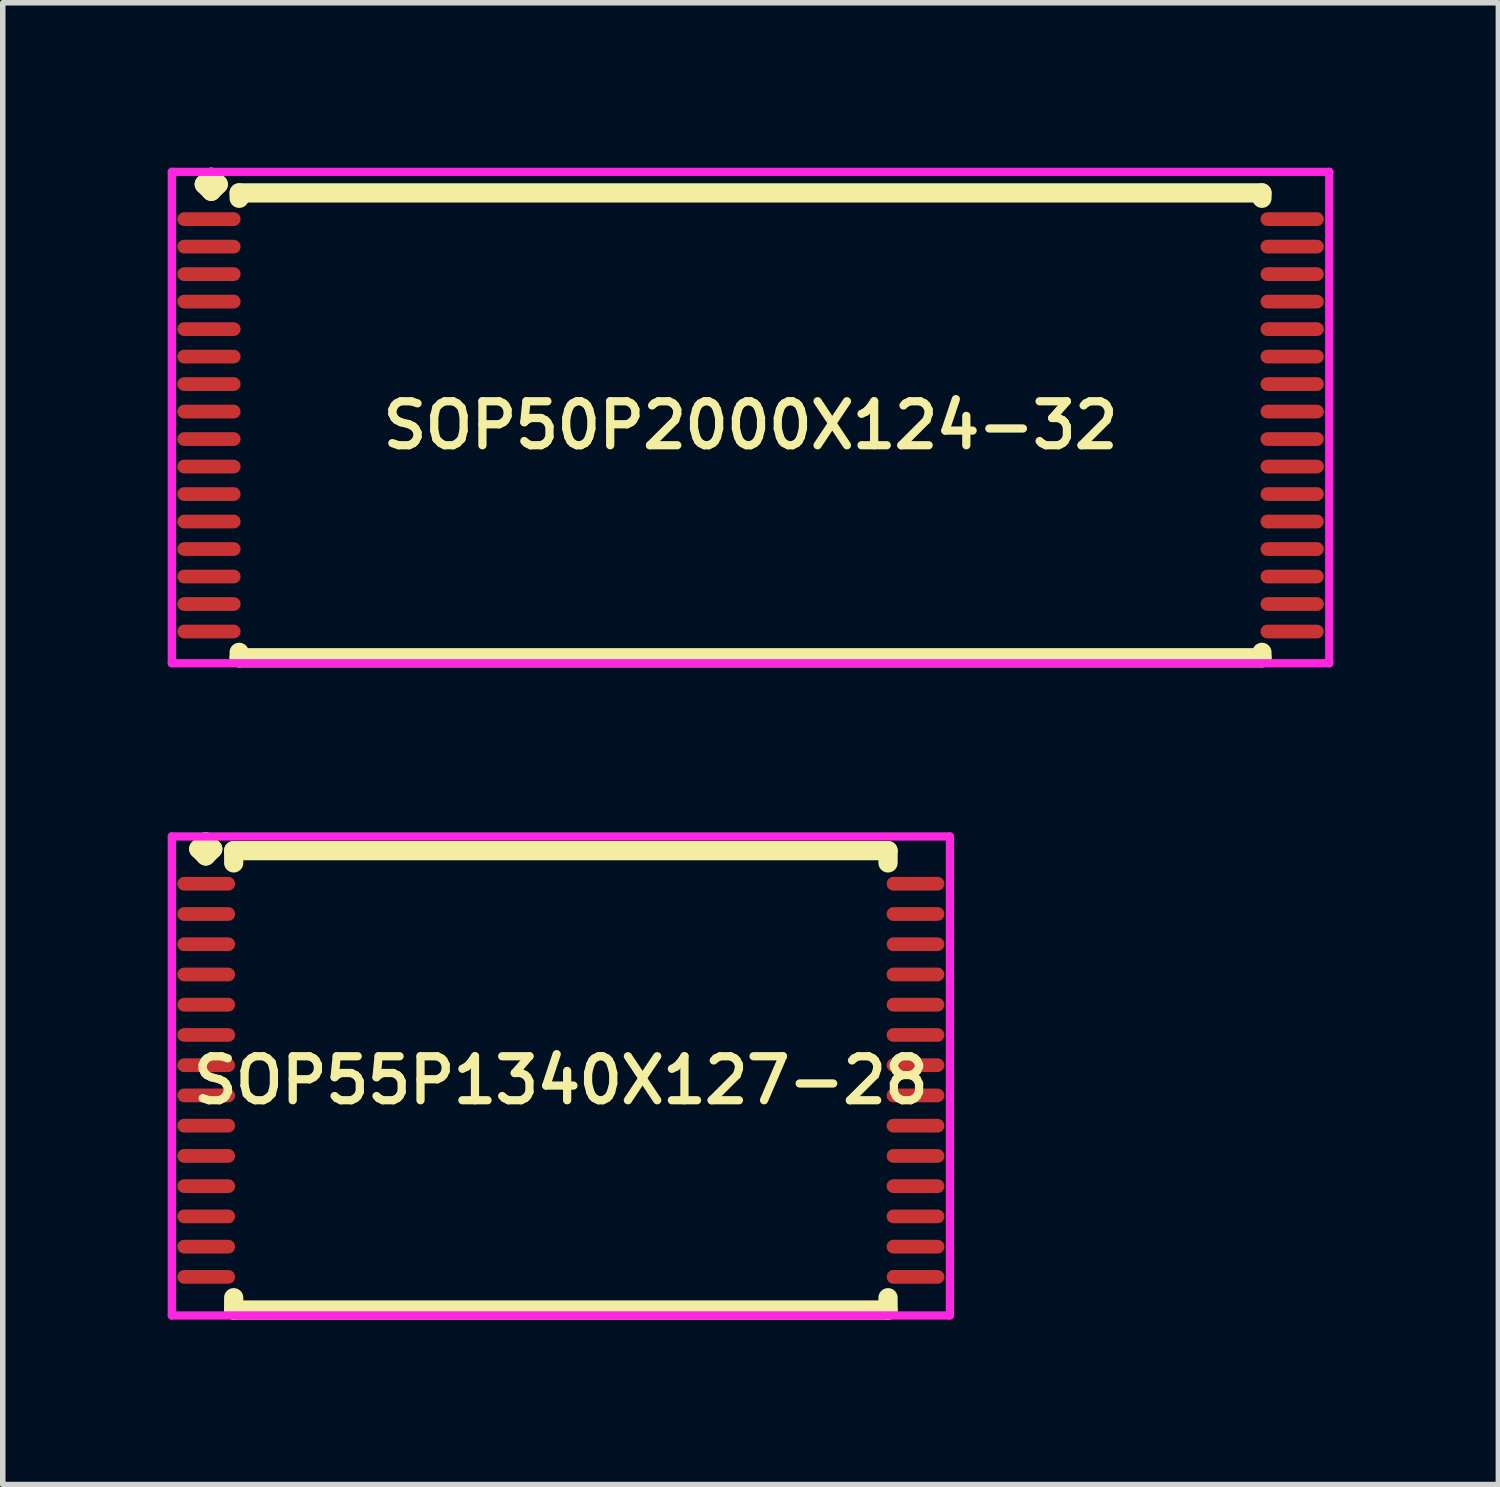
<source format=kicad_pcb>
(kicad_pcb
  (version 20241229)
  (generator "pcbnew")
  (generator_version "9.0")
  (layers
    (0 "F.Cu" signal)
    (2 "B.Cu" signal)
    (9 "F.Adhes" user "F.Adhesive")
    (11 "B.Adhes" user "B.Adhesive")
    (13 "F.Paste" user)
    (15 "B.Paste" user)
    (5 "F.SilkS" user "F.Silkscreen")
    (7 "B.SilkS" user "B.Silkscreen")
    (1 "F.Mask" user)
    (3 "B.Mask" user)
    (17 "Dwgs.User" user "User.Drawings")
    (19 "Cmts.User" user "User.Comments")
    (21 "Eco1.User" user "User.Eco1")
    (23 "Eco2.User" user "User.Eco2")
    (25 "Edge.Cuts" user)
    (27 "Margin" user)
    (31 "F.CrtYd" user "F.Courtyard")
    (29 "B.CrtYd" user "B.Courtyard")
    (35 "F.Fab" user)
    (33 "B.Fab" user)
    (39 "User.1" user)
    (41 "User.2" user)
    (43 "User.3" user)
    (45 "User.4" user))
  (footprint "SOP50P2000X124-32"
    (layer "F.Cu")
    (at 10.6 4.685)
    (property "Reference" "SOP50P2000X124-32" (at 0 0 0) (layer "F.SilkS") (effects (font (size 0.8 0.8) (thickness 0.15))))
    (attr smd)
    (fp_line (start -9.935 -4.383) (end -9.808 -4.51) (stroke (width 0.35) (type solid)) (layer "F.SilkS"))
    (fp_line (start -9.808 -4.51) (end -9.681 -4.383) (stroke (width 0.35) (type solid)) (layer "F.SilkS"))
    (fp_line (start -9.808 -4.256) (end -9.935 -4.383) (stroke (width 0.35) (type solid)) (layer "F.SilkS"))
    (fp_line (start -9.681 -4.383) (end -9.808 -4.256) (stroke (width 0.35) (type solid)) (layer "F.SilkS"))
    (fp_line (start -9.3 -4.227) (end 9.3 -4.227) (stroke (width 0.35) (type solid)) (layer "F.SilkS"))
    (fp_line (start -9.3 -4.129) (end -9.3 -4.227) (stroke (width 0.35) (type solid)) (layer "F.SilkS"))
    (fp_line (start -9.3 4.129) (end -9.3 4.227) (stroke (width 0.35) (type solid)) (layer "F.SilkS"))
    (fp_line (start -9.3 4.227) (end 9.3 4.227) (stroke (width 0.35) (type solid)) (layer "F.SilkS"))
    (fp_line (start 9.3 -4.227) (end 9.3 -4.129) (stroke (width 0.35) (type solid)) (layer "F.SilkS"))
    (fp_line (start 9.3 4.227) (end 9.3 4.129) (stroke (width 0.35) (type solid)) (layer "F.SilkS"))
    (fp_line (start -10.525 -4.61) (end 10.525 -4.61) (stroke (width 0.15) (type solid)) (layer "F.CrtYd"))
    (fp_line (start -10.525 4.327) (end -10.525 -4.61) (stroke (width 0.15) (type solid)) (layer "F.CrtYd"))
    (fp_line (start 10.525 -4.61) (end 10.525 4.327) (stroke (width 0.15) (type solid)) (layer "F.CrtYd"))
    (fp_line (start 10.525 4.327) (end -10.525 4.327) (stroke (width 0.15) (type solid)) (layer "F.CrtYd"))
    (pad "1" smd oval (at -9.85 -3.75) (size 1.15 0.25) (layers "F.Cu" "F.Mask" "F.Paste"))
    (pad "2" smd oval (at -9.85 -3.25) (size 1.15 0.25) (layers "F.Cu" "F.Mask" "F.Paste"))
    (pad "3" smd oval (at -9.85 -2.75) (size 1.15 0.25) (layers "F.Cu" "F.Mask" "F.Paste"))
    (pad "4" smd oval (at -9.85 -2.25) (size 1.15 0.25) (layers "F.Cu" "F.Mask" "F.Paste"))
    (pad "5" smd oval (at -9.85 -1.75) (size 1.15 0.25) (layers "F.Cu" "F.Mask" "F.Paste"))
    (pad "6" smd oval (at -9.85 -1.25) (size 1.15 0.25) (layers "F.Cu" "F.Mask" "F.Paste"))
    (pad "7" smd oval (at -9.85 -0.75) (size 1.15 0.25) (layers "F.Cu" "F.Mask" "F.Paste"))
    (pad "8" smd oval (at -9.85 -0.25) (size 1.15 0.25) (layers "F.Cu" "F.Mask" "F.Paste"))
    (pad "9" smd oval (at -9.85 0.25) (size 1.15 0.25) (layers "F.Cu" "F.Mask" "F.Paste"))
    (pad "10" smd oval (at -9.85 0.75) (size 1.15 0.25) (layers "F.Cu" "F.Mask" "F.Paste"))
    (pad "11" smd oval (at -9.85 1.25) (size 1.15 0.25) (layers "F.Cu" "F.Mask" "F.Paste"))
    (pad "12" smd oval (at -9.85 1.75) (size 1.15 0.25) (layers "F.Cu" "F.Mask" "F.Paste"))
    (pad "13" smd oval (at -9.85 2.25) (size 1.15 0.25) (layers "F.Cu" "F.Mask" "F.Paste"))
    (pad "14" smd oval (at -9.85 2.75) (size 1.15 0.25) (layers "F.Cu" "F.Mask" "F.Paste"))
    (pad "15" smd oval (at -9.85 3.25) (size 1.15 0.25) (layers "F.Cu" "F.Mask" "F.Paste"))
    (pad "16" smd oval (at -9.85 3.75) (size 1.15 0.25) (layers "F.Cu" "F.Mask" "F.Paste"))
    (pad "17" smd oval (at 9.85 3.75) (size 1.15 0.25) (layers "F.Cu" "F.Mask" "F.Paste"))
    (pad "18" smd oval (at 9.85 3.25) (size 1.15 0.25) (layers "F.Cu" "F.Mask" "F.Paste"))
    (pad "19" smd oval (at 9.85 2.75) (size 1.15 0.25) (layers "F.Cu" "F.Mask" "F.Paste"))
    (pad "20" smd oval (at 9.85 2.25) (size 1.15 0.25) (layers "F.Cu" "F.Mask" "F.Paste"))
    (pad "21" smd oval (at 9.85 1.75) (size 1.15 0.25) (layers "F.Cu" "F.Mask" "F.Paste"))
    (pad "22" smd oval (at 9.85 1.25) (size 1.15 0.25) (layers "F.Cu" "F.Mask" "F.Paste"))
    (pad "23" smd oval (at 9.85 0.75) (size 1.15 0.25) (layers "F.Cu" "F.Mask" "F.Paste"))
    (pad "24" smd oval (at 9.85 0.25) (size 1.15 0.25) (layers "F.Cu" "F.Mask" "F.Paste"))
    (pad "25" smd oval (at 9.85 -0.25) (size 1.15 0.25) (layers "F.Cu" "F.Mask" "F.Paste"))
    (pad "26" smd oval (at 9.85 -0.75) (size 1.15 0.25) (layers "F.Cu" "F.Mask" "F.Paste"))
    (pad "27" smd oval (at 9.85 -1.25) (size 1.15 0.25) (layers "F.Cu" "F.Mask" "F.Paste"))
    (pad "28" smd oval (at 9.85 -1.75) (size 1.15 0.25) (layers "F.Cu" "F.Mask" "F.Paste"))
    (pad "29" smd oval (at 9.85 -2.25) (size 1.15 0.25) (layers "F.Cu" "F.Mask" "F.Paste"))
    (pad "30" smd oval (at 9.85 -2.75) (size 1.15 0.25) (layers "F.Cu" "F.Mask" "F.Paste"))
    (pad "31" smd oval (at 9.85 -3.25) (size 1.15 0.25) (layers "F.Cu" "F.Mask" "F.Paste"))
    (pad "32" smd oval (at 9.85 -3.75) (size 1.15 0.25) (layers "F.Cu" "F.Mask" "F.Paste")))
  (footprint "SOP55P1340X127-28"
    (layer "F.Cu")
    (at 7.15 16.597)
    (property "Reference" "SOP55P1340X127-28" (at 0 0 0) (layer "F.SilkS") (effects (font (size 0.8 0.8) (thickness 0.15))))
    (attr smd)
    (fp_line (start -6.585 -4.208) (end -6.458 -4.335) (stroke (width 0.35) (type solid)) (layer "F.SilkS"))
    (fp_line (start -6.458 -4.335) (end -6.331 -4.208) (stroke (width 0.35) (type solid)) (layer "F.SilkS"))
    (fp_line (start -6.458 -4.081) (end -6.585 -4.208) (stroke (width 0.35) (type solid)) (layer "F.SilkS"))
    (fp_line (start -6.331 -4.208) (end -6.458 -4.081) (stroke (width 0.35) (type solid)) (layer "F.SilkS"))
    (fp_line (start -5.95 -4.177) (end 5.95 -4.177) (stroke (width 0.35) (type solid)) (layer "F.SilkS"))
    (fp_line (start -5.95 -3.954) (end -5.95 -4.177) (stroke (width 0.35) (type solid)) (layer "F.SilkS"))
    (fp_line (start -5.95 3.954) (end -5.95 4.177) (stroke (width 0.35) (type solid)) (layer "F.SilkS"))
    (fp_line (start -5.95 4.177) (end 5.95 4.177) (stroke (width 0.35) (type solid)) (layer "F.SilkS"))
    (fp_line (start 5.95 -4.177) (end 5.95 -3.954) (stroke (width 0.35) (type solid)) (layer "F.SilkS"))
    (fp_line (start 5.95 4.177) (end 5.95 3.954) (stroke (width 0.35) (type solid)) (layer "F.SilkS"))
    (fp_line (start -7.075 -4.435) (end 7.075 -4.435) (stroke (width 0.15) (type solid)) (layer "F.CrtYd"))
    (fp_line (start -7.075 4.277) (end -7.075 -4.435) (stroke (width 0.15) (type solid)) (layer "F.CrtYd"))
    (fp_line (start 7.075 -4.435) (end 7.075 4.277) (stroke (width 0.15) (type solid)) (layer "F.CrtYd"))
    (fp_line (start 7.075 4.277) (end -7.075 4.277) (stroke (width 0.15) (type solid)) (layer "F.CrtYd"))
    (pad "1" smd oval (at -6.45 -3.575) (size 1.05 0.25) (layers "F.Cu" "F.Mask" "F.Paste"))
    (pad "2" smd oval (at -6.45 -3.025) (size 1.05 0.25) (layers "F.Cu" "F.Mask" "F.Paste"))
    (pad "3" smd oval (at -6.45 -2.475) (size 1.05 0.25) (layers "F.Cu" "F.Mask" "F.Paste"))
    (pad "4" smd oval (at -6.45 -1.925) (size 1.05 0.25) (layers "F.Cu" "F.Mask" "F.Paste"))
    (pad "5" smd oval (at -6.45 -1.375) (size 1.05 0.25) (layers "F.Cu" "F.Mask" "F.Paste"))
    (pad "6" smd oval (at -6.45 -0.825) (size 1.05 0.25) (layers "F.Cu" "F.Mask" "F.Paste"))
    (pad "7" smd oval (at -6.45 -0.275) (size 1.05 0.25) (layers "F.Cu" "F.Mask" "F.Paste"))
    (pad "8" smd oval (at -6.45 0.275) (size 1.05 0.25) (layers "F.Cu" "F.Mask" "F.Paste"))
    (pad "9" smd oval (at -6.45 0.825) (size 1.05 0.25) (layers "F.Cu" "F.Mask" "F.Paste"))
    (pad "10" smd oval (at -6.45 1.375) (size 1.05 0.25) (layers "F.Cu" "F.Mask" "F.Paste"))
    (pad "11" smd oval (at -6.45 1.925) (size 1.05 0.25) (layers "F.Cu" "F.Mask" "F.Paste"))
    (pad "12" smd oval (at -6.45 2.475) (size 1.05 0.25) (layers "F.Cu" "F.Mask" "F.Paste"))
    (pad "13" smd oval (at -6.45 3.025) (size 1.05 0.25) (layers "F.Cu" "F.Mask" "F.Paste"))
    (pad "14" smd oval (at -6.45 3.575) (size 1.05 0.25) (layers "F.Cu" "F.Mask" "F.Paste"))
    (pad "15" smd oval (at 6.45 3.575) (size 1.05 0.25) (layers "F.Cu" "F.Mask" "F.Paste"))
    (pad "16" smd oval (at 6.45 3.025) (size 1.05 0.25) (layers "F.Cu" "F.Mask" "F.Paste"))
    (pad "17" smd oval (at 6.45 2.475) (size 1.05 0.25) (layers "F.Cu" "F.Mask" "F.Paste"))
    (pad "18" smd oval (at 6.45 1.925) (size 1.05 0.25) (layers "F.Cu" "F.Mask" "F.Paste"))
    (pad "19" smd oval (at 6.45 1.375) (size 1.05 0.25) (layers "F.Cu" "F.Mask" "F.Paste"))
    (pad "20" smd oval (at 6.45 0.825) (size 1.05 0.25) (layers "F.Cu" "F.Mask" "F.Paste"))
    (pad "21" smd oval (at 6.45 0.275) (size 1.05 0.25) (layers "F.Cu" "F.Mask" "F.Paste"))
    (pad "22" smd oval (at 6.45 -0.275) (size 1.05 0.25) (layers "F.Cu" "F.Mask" "F.Paste"))
    (pad "23" smd oval (at 6.45 -0.825) (size 1.05 0.25) (layers "F.Cu" "F.Mask" "F.Paste"))
    (pad "24" smd oval (at 6.45 -1.375) (size 1.05 0.25) (layers "F.Cu" "F.Mask" "F.Paste"))
    (pad "25" smd oval (at 6.45 -1.925) (size 1.05 0.25) (layers "F.Cu" "F.Mask" "F.Paste"))
    (pad "26" smd oval (at 6.45 -2.475) (size 1.05 0.25) (layers "F.Cu" "F.Mask" "F.Paste"))
    (pad "27" smd oval (at 6.45 -3.025) (size 1.05 0.25) (layers "F.Cu" "F.Mask" "F.Paste"))
    (pad "28" smd oval (at 6.45 -3.575) (size 1.05 0.25) (layers "F.Cu" "F.Mask" "F.Paste")))
  (gr_rect
    (start -3 -3)
    (end 24.2 23.949)
    (stroke (width 0.1) (type default))
    (fill no)
    (layer "Edge.Cuts")))
</source>
